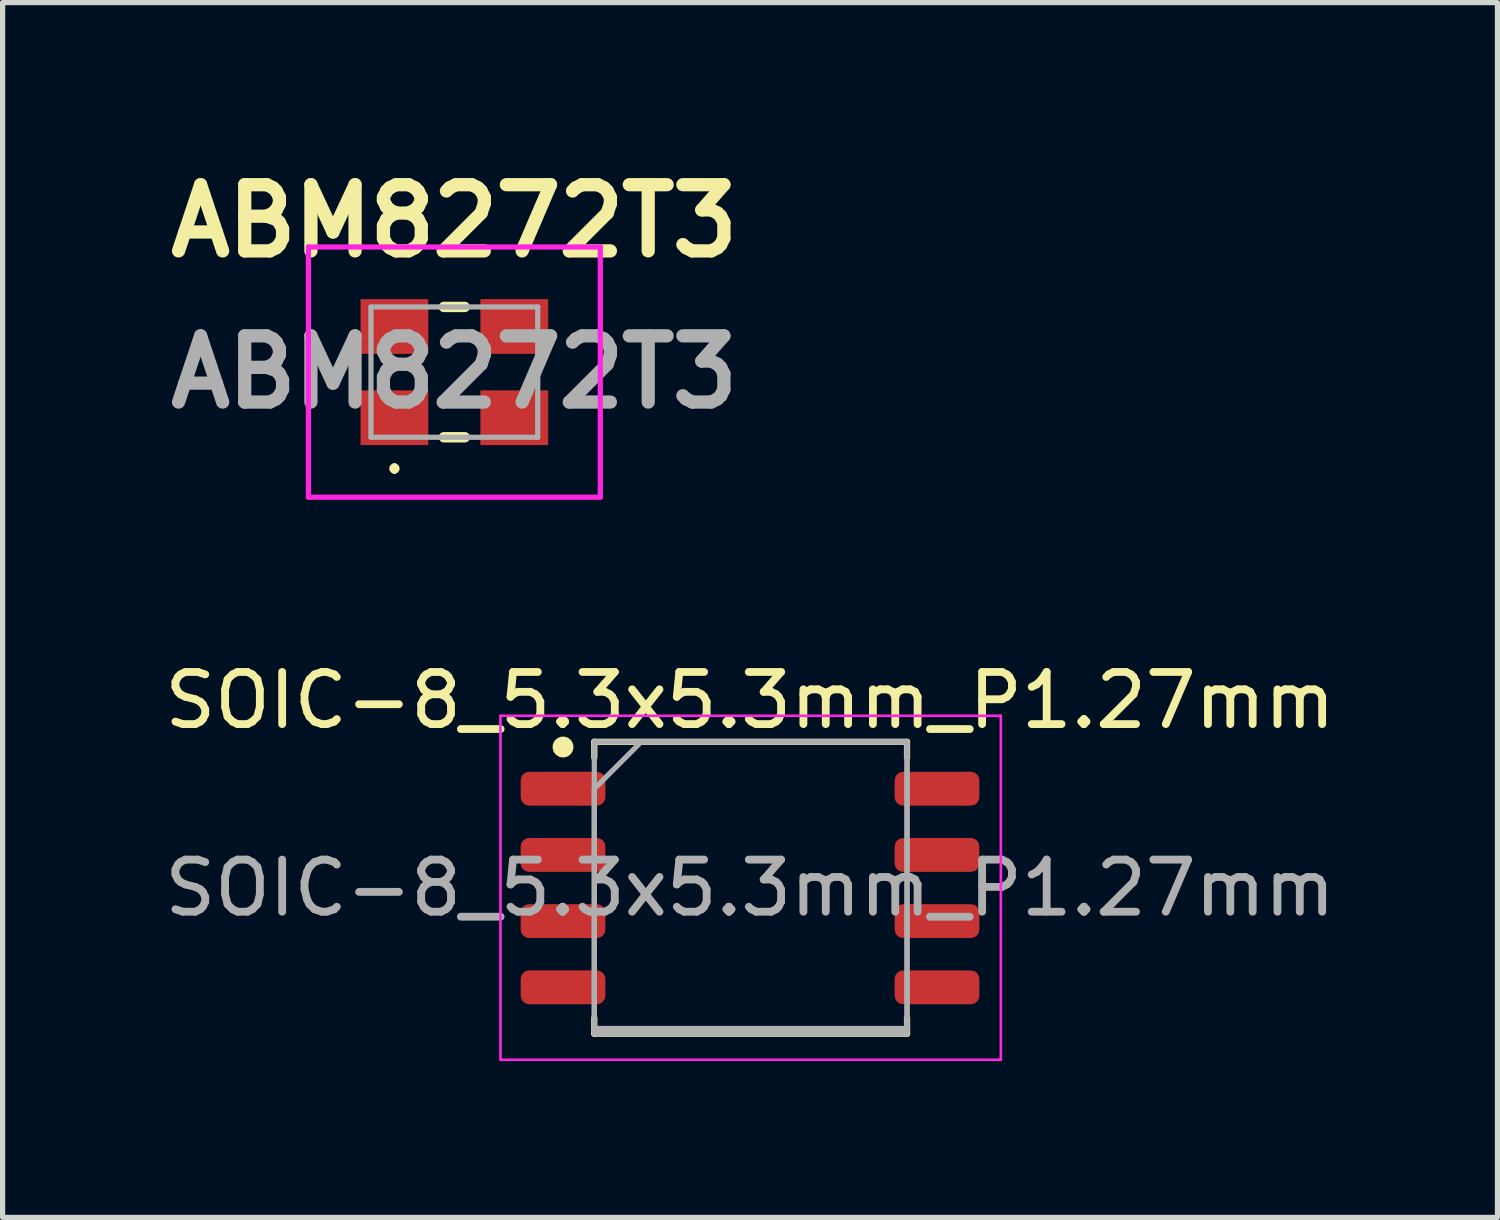
<source format=kicad_pcb>
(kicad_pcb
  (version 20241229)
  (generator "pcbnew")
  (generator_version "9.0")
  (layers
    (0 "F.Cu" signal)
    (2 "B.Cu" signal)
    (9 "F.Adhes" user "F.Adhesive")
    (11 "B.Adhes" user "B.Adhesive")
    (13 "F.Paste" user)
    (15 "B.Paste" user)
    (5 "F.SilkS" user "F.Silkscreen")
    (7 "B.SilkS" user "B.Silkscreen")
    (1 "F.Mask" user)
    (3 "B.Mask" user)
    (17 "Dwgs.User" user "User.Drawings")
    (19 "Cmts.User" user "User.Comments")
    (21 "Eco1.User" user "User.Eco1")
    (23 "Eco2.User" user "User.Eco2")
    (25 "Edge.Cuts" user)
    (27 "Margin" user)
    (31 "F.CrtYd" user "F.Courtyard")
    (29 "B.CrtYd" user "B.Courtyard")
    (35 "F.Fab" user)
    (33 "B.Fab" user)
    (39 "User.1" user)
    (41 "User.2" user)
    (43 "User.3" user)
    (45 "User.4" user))
  (footprint "ABM8272T3"
    (layer "F.Cu")
    (at 5.667 4.089)
    (property "Reference" "ABM8272T3" (at 0 -2.9 0) (layer "F.SilkS") (effects (font (size 1.27 1.27) (thickness 0.254))))
    (attr smd)
    (fp_line (start -1.15 1.8) (end -1.15 1.8) (stroke (width 0.1) (type solid)) (layer "F.SilkS"))
    (fp_line (start -1.15 1.9) (end -1.15 1.9) (stroke (width 0.1) (type solid)) (layer "F.SilkS"))
    (fp_line (start -0.2 -1.25) (end 0.2 -1.25) (stroke (width 0.2) (type solid)) (layer "F.SilkS"))
    (fp_line (start -0.2 1.25) (end 0.2 1.25) (stroke (width 0.2) (type solid)) (layer "F.SilkS"))
    (fp_arc (start -1.15 1.8) (mid -1.1 1.85) (end -1.15 1.9) (stroke (width 0.1) (type solid)) (layer "F.SilkS"))
    (fp_arc (start -1.15 1.9) (mid -1.2 1.85) (end -1.15 1.8) (stroke (width 0.1) (type solid)) (layer "F.SilkS"))
    (fp_line (start -2.8 -2.4) (end 2.8 -2.4) (stroke (width 0.1) (type solid)) (layer "F.CrtYd"))
    (fp_line (start -2.8 2.4) (end -2.8 -2.4) (stroke (width 0.1) (type solid)) (layer "F.CrtYd"))
    (fp_line (start 2.8 -2.4) (end 2.8 2.4) (stroke (width 0.1) (type solid)) (layer "F.CrtYd"))
    (fp_line (start 2.8 2.4) (end -2.8 2.4) (stroke (width 0.1) (type solid)) (layer "F.CrtYd"))
    (fp_line (start -1.6 -1.25) (end 1.6 -1.25) (stroke (width 0.1) (type solid)) (layer "F.Fab"))
    (fp_line (start -1.6 1.25) (end -1.6 -1.25) (stroke (width 0.1) (type solid)) (layer "F.Fab"))
    (fp_line (start 1.6 -1.25) (end 1.6 1.25) (stroke (width 0.1) (type solid)) (layer "F.Fab"))
    (fp_line (start 1.6 1.25) (end -1.6 1.25) (stroke (width 0.1) (type solid)) (layer "F.Fab"))
    (fp_text user "${REFERENCE}" (at 0 0 0) (layer "F.Fab") (effects (font (size 1.27 1.27) (thickness 0.254))))
    (pad "1" smd rect (at -1.15 0.875 90) (size 1.05 1.3) (layers "F.Cu" "F.Mask" "F.Paste"))
    (pad "2" smd rect (at 1.15 0.875 90) (size 1.05 1.3) (layers "F.Cu" "F.Mask" "F.Paste"))
    (pad "3" smd rect (at 1.15 -0.875 90) (size 1.05 1.3) (layers "F.Cu" "F.Mask" "F.Paste"))
    (pad "4" smd rect (at -1.15 -0.875 90) (size 1.05 1.3) (layers "F.Cu" "F.Mask" "F.Paste")))
  (footprint "SOIC-8_5.3x5.3mm_P1.27mm"
    (layer "F.Cu")
    (at 11.327 13.982)
    (property "Reference" "SOIC-8_5.3x5.3mm_P1.27mm" (at 0.013 -3.595 0) (layer "F.SilkS") (effects (font (size 1 1) (thickness 0.15))))
    (attr smd)
    (fp_line (start -2.975 -2.8) (end 3.025 -2.8) (stroke (width 0.12) (type solid)) (layer "F.SilkS"))
    (fp_line (start -2.975 -2.5) (end -2.975 -2.8) (stroke (width 0.12) (type solid)) (layer "F.SilkS"))
    (fp_line (start -2.975 2.8) (end -2.975 2.5) (stroke (width 0.12) (type solid)) (layer "F.SilkS"))
    (fp_line (start 3.025 -2.8) (end 3.025 -2.5) (stroke (width 0.12) (type solid)) (layer "F.SilkS"))
    (fp_line (start 3.025 2.5) (end 3.025 2.8) (stroke (width 0.12) (type solid)) (layer "F.SilkS"))
    (fp_line (start 3.025 2.8) (end -2.975 2.8) (stroke (width 0.12) (type solid)) (layer "F.SilkS"))
    (fp_circle (center -3.575 -2.7) (end -3.575 -2.55) (stroke (width 0.1) (type default)) (fill yes) (layer "F.SilkS"))
    (fp_line (start -4.775 -3.3) (end 4.825 -3.3) (stroke (width 0.05) (type solid)) (layer "F.CrtYd"))
    (fp_line (start -4.775 3.3) (end -4.775 -3.3) (stroke (width 0.05) (type solid)) (layer "F.CrtYd"))
    (fp_line (start 4.825 -3.3) (end 4.825 3.3) (stroke (width 0.05) (type solid)) (layer "F.CrtYd"))
    (fp_line (start 4.825 3.3) (end -4.775 3.3) (stroke (width 0.05) (type solid)) (layer "F.CrtYd"))
    (fp_rect (start -2.975 -2.8) (end 3.025 2.8) (stroke (width 0.1) (type default)) (fill no) (layer "F.Fab"))
    (fp_poly (pts (xy -2.975 -1.9) (xy -2.975 2.7) (xy 3.025 2.7) (xy 3.025 -2.8) (xy -2.075 -2.8)) (stroke (width 0.1) (type solid)) (fill no) (layer "F.Fab"))
    (fp_text user "${REFERENCE}" (at 0.013 0.005 0) (layer "F.Fab") (effects (font (size 1 1) (thickness 0.15))))
    (pad "1" smd roundrect (at -3.575 -1.9) (size 1.625 0.65) (layers "F.Cu" "F.Mask" "F.Paste") (roundrect_rratio 0.25))
    (pad "2" smd roundrect (at -3.575 -0.63) (size 1.625 0.65) (layers "F.Cu" "F.Mask" "F.Paste") (roundrect_rratio 0.25))
    (pad "3" smd roundrect (at -3.575 0.64) (size 1.625 0.65) (layers "F.Cu" "F.Mask" "F.Paste") (roundrect_rratio 0.25))
    (pad "4" smd roundrect (at -3.575 1.91) (size 1.625 0.65) (layers "F.Cu" "F.Mask" "F.Paste") (roundrect_rratio 0.25))
    (pad "5" smd roundrect (at 3.6 1.91) (size 1.625 0.65) (layers "F.Cu" "F.Mask" "F.Paste") (roundrect_rratio 0.25))
    (pad "6" smd roundrect (at 3.6 0.64) (size 1.625 0.65) (layers "F.Cu" "F.Mask" "F.Paste") (roundrect_rratio 0.25))
    (pad "7" smd roundrect (at 3.6 -0.63) (size 1.625 0.65) (layers "F.Cu" "F.Mask" "F.Paste") (roundrect_rratio 0.25))
    (pad "8" smd roundrect (at 3.6 -1.9) (size 1.625 0.65) (layers "F.Cu" "F.Mask" "F.Paste") (roundrect_rratio 0.25)))
  (gr_rect
    (start -3 -3)
    (end 25.679 20.307)
    (stroke (width 0.1) (type default))
    (fill no)
    (layer "Edge.Cuts")))
</source>
